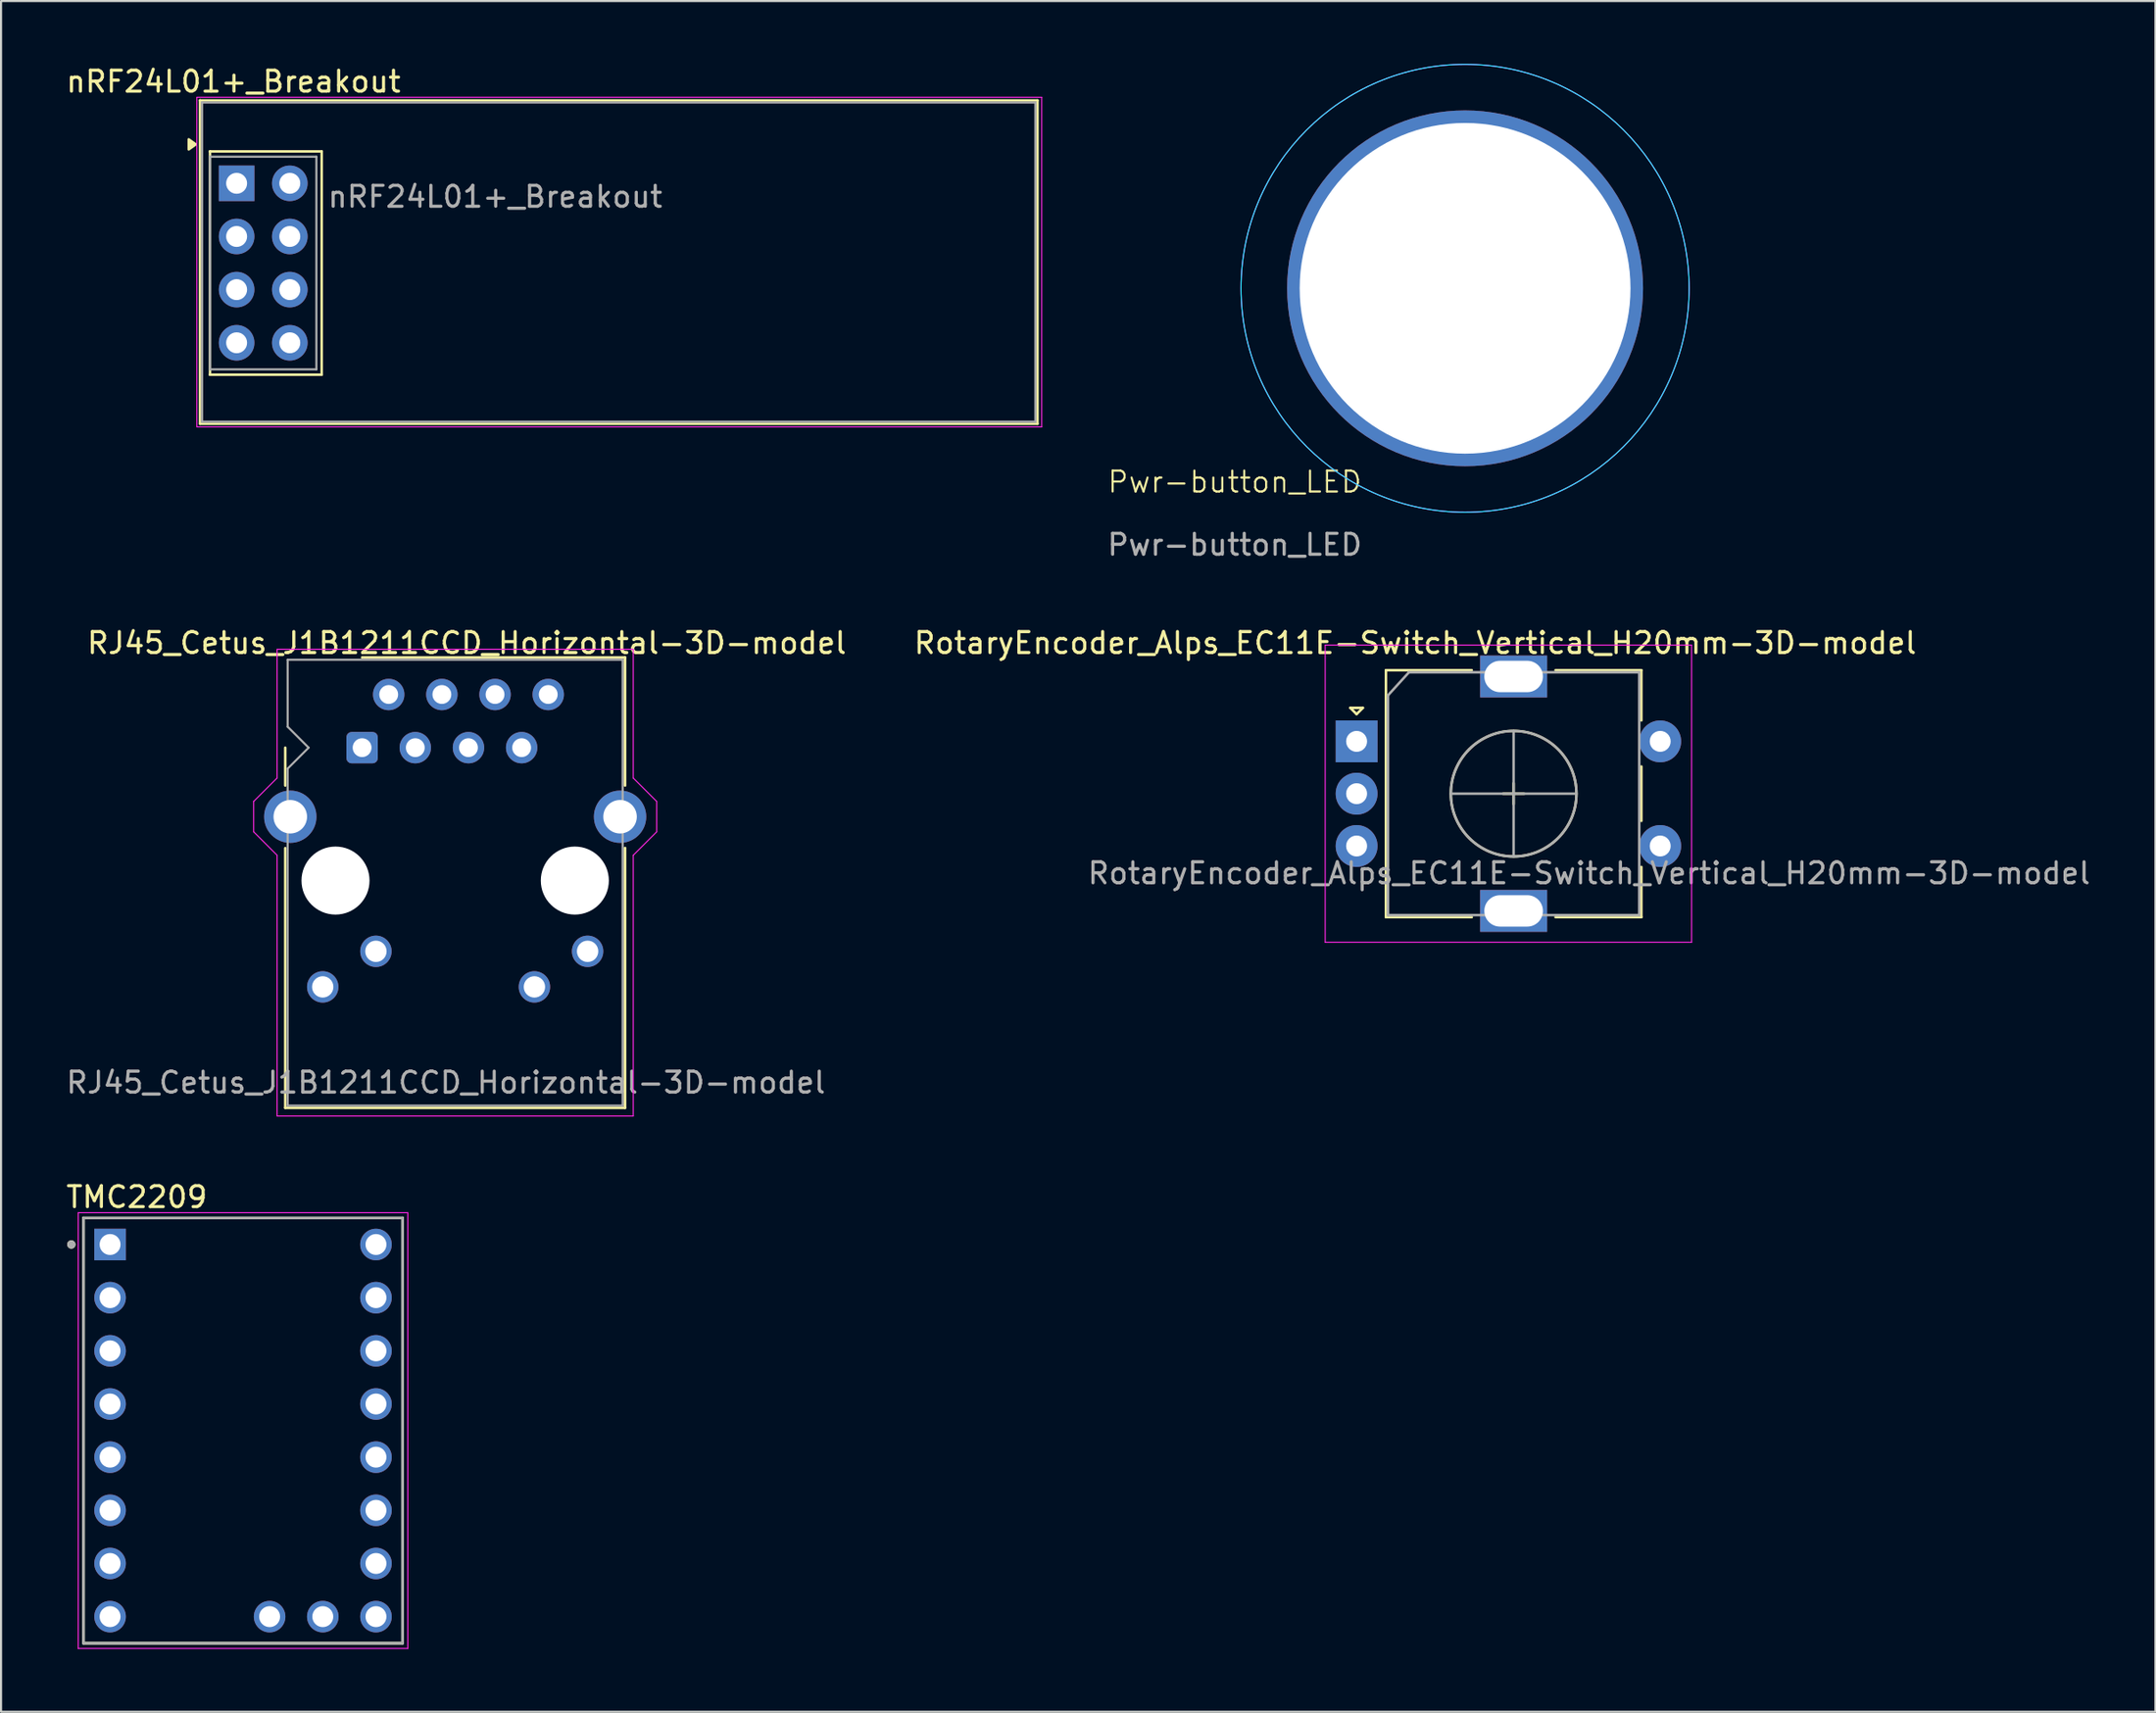
<source format=kicad_pcb>
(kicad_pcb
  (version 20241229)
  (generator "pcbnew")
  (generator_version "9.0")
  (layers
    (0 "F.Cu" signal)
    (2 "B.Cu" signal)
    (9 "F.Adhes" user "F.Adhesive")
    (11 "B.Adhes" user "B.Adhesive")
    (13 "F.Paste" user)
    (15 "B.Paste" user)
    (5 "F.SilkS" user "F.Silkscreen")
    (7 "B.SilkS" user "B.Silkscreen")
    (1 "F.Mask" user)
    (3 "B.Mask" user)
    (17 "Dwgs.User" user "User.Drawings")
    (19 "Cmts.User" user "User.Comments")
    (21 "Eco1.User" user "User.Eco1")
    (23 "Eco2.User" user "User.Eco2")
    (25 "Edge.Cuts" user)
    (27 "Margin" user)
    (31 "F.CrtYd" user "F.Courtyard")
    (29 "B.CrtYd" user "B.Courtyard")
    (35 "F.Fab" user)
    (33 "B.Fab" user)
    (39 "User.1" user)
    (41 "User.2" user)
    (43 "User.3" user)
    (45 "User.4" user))
  (footprint "RotaryEncoder_Alps_EC11E-Switch_Vertical_H20mm-3D-model"
    (layer "F.Cu")
    (at 61.742 32.371)
    (property "Reference" "RotaryEncoder_Alps_EC11E-Switch_Vertical_H20mm-3D-model" (at 2.8 -4.7 0) (layer "F.SilkS") (effects (font (size 1 1) (thickness 0.15))))
    (attr through_hole)
    (fp_line (start -0.3 -1.6) (end 0.3 -1.6) (stroke (width 0.12) (type solid)) (layer "F.SilkS"))
    (fp_line (start 0 -1.3) (end -0.3 -1.6) (stroke (width 0.12) (type solid)) (layer "F.SilkS"))
    (fp_line (start 0.3 -1.6) (end 0 -1.3) (stroke (width 0.12) (type solid)) (layer "F.SilkS"))
    (fp_line (start 1.4 -3.4) (end 1.4 8.4) (stroke (width 0.12) (type solid)) (layer "F.SilkS"))
    (fp_line (start 5.5 -3.4) (end 1.4 -3.4) (stroke (width 0.12) (type solid)) (layer "F.SilkS"))
    (fp_line (start 5.5 8.4) (end 1.4 8.4) (stroke (width 0.12) (type solid)) (layer "F.SilkS"))
    (fp_line (start 7 2.5) (end 8 2.5) (stroke (width 0.12) (type solid)) (layer "F.SilkS"))
    (fp_line (start 7.5 2) (end 7.5 3) (stroke (width 0.12) (type solid)) (layer "F.SilkS"))
    (fp_line (start 9.5 -3.4) (end 13.6 -3.4) (stroke (width 0.12) (type solid)) (layer "F.SilkS"))
    (fp_line (start 13.6 -3.4) (end 13.6 -1) (stroke (width 0.12) (type solid)) (layer "F.SilkS"))
    (fp_line (start 13.6 1.2) (end 13.6 3.8) (stroke (width 0.12) (type solid)) (layer "F.SilkS"))
    (fp_line (start 13.6 6) (end 13.6 8.4) (stroke (width 0.12) (type solid)) (layer "F.SilkS"))
    (fp_line (start 13.6 8.4) (end 9.5 8.4) (stroke (width 0.12) (type solid)) (layer "F.SilkS"))
    (fp_circle (center 7.5 2.5) (end 10.5 2.5) (stroke (width 0.12) (type solid)) (fill no) (layer "F.SilkS"))
    (fp_line (start -1.5 -4.6) (end -1.5 9.6) (stroke (width 0.05) (type solid)) (layer "F.CrtYd"))
    (fp_line (start -1.5 -4.6) (end 16 -4.6) (stroke (width 0.05) (type solid)) (layer "F.CrtYd"))
    (fp_line (start 16 9.6) (end -1.5 9.6) (stroke (width 0.05) (type solid)) (layer "F.CrtYd"))
    (fp_line (start 16 9.6) (end 16 -4.6) (stroke (width 0.05) (type solid)) (layer "F.CrtYd"))
    (fp_line (start 1.5 -2.2) (end 2.5 -3.3) (stroke (width 0.12) (type solid)) (layer "F.Fab"))
    (fp_line (start 1.5 8.3) (end 1.5 -2.2) (stroke (width 0.12) (type solid)) (layer "F.Fab"))
    (fp_line (start 2.5 -3.3) (end 13.5 -3.3) (stroke (width 0.12) (type solid)) (layer "F.Fab"))
    (fp_line (start 4.5 2.5) (end 10.5 2.5) (stroke (width 0.12) (type solid)) (layer "F.Fab"))
    (fp_line (start 7.5 -0.5) (end 7.5 5.5) (stroke (width 0.12) (type solid)) (layer "F.Fab"))
    (fp_line (start 13.5 -3.3) (end 13.5 8.3) (stroke (width 0.12) (type solid)) (layer "F.Fab"))
    (fp_line (start 13.5 8.3) (end 1.5 8.3) (stroke (width 0.12) (type solid)) (layer "F.Fab"))
    (fp_circle (center 7.5 2.5) (end 10.5 2.5) (stroke (width 0.12) (type solid)) (fill no) (layer "F.Fab"))
    (fp_text user "${REFERENCE}" (at 11.1 6.3 0) (layer "F.Fab") (effects (font (size 1 1) (thickness 0.15))))
    (pad "A" thru_hole rect (at 0 0) (size 2 2) (drill 1) (layers "*.Cu" "*.Mask"))
    (pad "B" thru_hole circle (at 0 5) (size 2 2) (drill 1) (layers "*.Cu" "*.Mask"))
    (pad "C" thru_hole circle (at 0 2.5) (size 2 2) (drill 1) (layers "*.Cu" "*.Mask"))
    (pad "MP" thru_hole rect (at 7.5 -3.1) (size 3.2 2) (drill oval 2.8 1.5) (layers "*.Cu" "*.Mask"))
    (pad "MP" thru_hole rect (at 7.5 8.1) (size 3.2 2) (drill oval 2.8 1.5) (layers "*.Cu" "*.Mask"))
    (pad "S1" thru_hole circle (at 14.5 5) (size 2 2) (drill 1) (layers "*.Cu" "*.Mask"))
    (pad "S2" thru_hole circle (at 14.5 0) (size 2 2) (drill 1) (layers "*.Cu" "*.Mask")))
  (footprint "TMC2209"
    (layer "F.Cu")
    (at 8.557 65.3)
    (property "Reference" "TMC2209" (at -5.075 -11.155 0) (layer "F.SilkS") (effects (font (size 1 1) (thickness 0.15))))
    (attr through_hole)
    (fp_line (start -7.62 -10.16) (end 7.62 -10.16) (stroke (width 0.127) (type solid)) (layer "F.SilkS"))
    (fp_line (start -7.62 10.16) (end -7.62 -10.16) (stroke (width 0.127) (type solid)) (layer "F.SilkS"))
    (fp_line (start 7.62 -10.16) (end 7.62 10.16) (stroke (width 0.127) (type solid)) (layer "F.SilkS"))
    (fp_line (start 7.62 10.16) (end -7.62 10.16) (stroke (width 0.127) (type solid)) (layer "F.SilkS"))
    (fp_circle (center -8.2 -8.89) (end -8.1 -8.89) (stroke (width 0.2) (type solid)) (fill no) (layer "F.SilkS"))
    (fp_line (start -7.87 -10.41) (end 7.87 -10.41) (stroke (width 0.05) (type solid)) (layer "F.CrtYd"))
    (fp_line (start -7.87 10.41) (end -7.87 -10.41) (stroke (width 0.05) (type solid)) (layer "F.CrtYd"))
    (fp_line (start 7.87 -10.41) (end 7.87 10.41) (stroke (width 0.05) (type solid)) (layer "F.CrtYd"))
    (fp_line (start 7.87 10.41) (end -7.87 10.41) (stroke (width 0.05) (type solid)) (layer "F.CrtYd"))
    (fp_line (start -7.62 -10.16) (end 7.62 -10.16) (stroke (width 0.127) (type solid)) (layer "F.Fab"))
    (fp_line (start -7.62 10.16) (end -7.62 -10.16) (stroke (width 0.127) (type solid)) (layer "F.Fab"))
    (fp_line (start 7.62 -10.16) (end 7.62 10.16) (stroke (width 0.127) (type solid)) (layer "F.Fab"))
    (fp_line (start 7.62 10.16) (end -7.62 10.16) (stroke (width 0.127) (type solid)) (layer "F.Fab"))
    (fp_circle (center -8.2 -8.89) (end -8.1 -8.89) (stroke (width 0.2) (type solid)) (fill no) (layer "F.Fab"))
    (pad "1" thru_hole circle (at 6.35 8.89) (size 1.508 1.508) (drill 1) (layers "*.Cu" "*.Mask"))
    (pad "2" thru_hole circle (at 6.35 6.35) (size 1.508 1.508) (drill 1) (layers "*.Cu" "*.Mask"))
    (pad "3" thru_hole circle (at 6.35 3.81) (size 1.508 1.508) (drill 1) (layers "*.Cu" "*.Mask"))
    (pad "4" thru_hole circle (at 6.35 1.27) (size 1.508 1.508) (drill 1) (layers "*.Cu" "*.Mask"))
    (pad "5" thru_hole circle (at 6.35 -1.27) (size 1.508 1.508) (drill 1) (layers "*.Cu" "*.Mask"))
    (pad "6" thru_hole circle (at 6.35 -3.81) (size 1.508 1.508) (drill 1) (layers "*.Cu" "*.Mask"))
    (pad "7" thru_hole circle (at 6.35 -6.35) (size 1.508 1.508) (drill 1) (layers "*.Cu" "*.Mask"))
    (pad "8" thru_hole circle (at 6.35 -8.89) (size 1.508 1.508) (drill 1) (layers "*.Cu" "*.Mask"))
    (pad "9" thru_hole circle (at -6.35 8.89) (size 1.508 1.508) (drill 1) (layers "*.Cu" "*.Mask"))
    (pad "10" thru_hole circle (at -6.35 6.35) (size 1.508 1.508) (drill 1) (layers "*.Cu" "*.Mask"))
    (pad "11" thru_hole circle (at -6.35 3.81) (size 1.508 1.508) (drill 1) (layers "*.Cu" "*.Mask"))
    (pad "12" thru_hole circle (at -6.35 1.27) (size 1.508 1.508) (drill 1) (layers "*.Cu" "*.Mask"))
    (pad "13" thru_hole circle (at -6.35 -1.27) (size 1.508 1.508) (drill 1) (layers "*.Cu" "*.Mask"))
    (pad "14" thru_hole circle (at -6.35 -3.81) (size 1.508 1.508) (drill 1) (layers "*.Cu" "*.Mask"))
    (pad "15" thru_hole circle (at -6.35 -6.35) (size 1.508 1.508) (drill 1) (layers "*.Cu" "*.Mask"))
    (pad "16" thru_hole rect (at -6.35 -8.89) (size 1.508 1.508) (drill 1) (layers "*.Cu" "*.Mask"))
    (pad "17" thru_hole circle (at 3.81 8.89) (size 1.508 1.508) (drill 1) (layers "*.Cu" "*.Mask"))
    (pad "18" thru_hole circle (at 1.27 8.89) (size 1.508 1.508) (drill 1) (layers "*.Cu" "*.Mask")))
  (footprint "Pwr-button_LED"
    (layer "F.Cu")
    (at 66.923 10.725)
    (property "Reference" "Pwr-button_LED" (at -11 9.25 0) (unlocked yes) (layer "F.SilkS") (effects (font (size 1 1) (thickness 0.1))))
    (attr through_hole)
    (fp_circle (center 0 0) (end 10.7 0) (stroke (width 0.05) (type default)) (fill no) (layer "B.CrtYd"))
    (fp_circle (center 0 0) (end 10.7 0) (stroke (width 0.05) (type default)) (fill no) (layer "F.CrtYd"))
    (fp_text user "${REFERENCE}" (at -11 12.25 0) (unlocked yes) (layer "F.Fab") (effects (font (size 1 1) (thickness 0.15))))
    (pad "1" thru_hole circle (at 0 0) (size 17 17) (drill 15.8) (layers "*.Cu" "*.Mask")))
  (footprint "RJ45_Cetus_J1B1211CCD_Horizontal-3D-model"
    (layer "F.Cu")
    (at 14.244 32.672)
    (property "Reference" "RJ45_Cetus_J1B1211CCD_Horizontal-3D-model" (at 5 -5 0) (layer "F.SilkS") (effects (font (size 1 1) (thickness 0.15))))
    (attr through_hole)
    (fp_line (start -3.67 0) (end -3.67 1.81) (stroke (width 0.12) (type solid)) (layer "F.SilkS"))
    (fp_line (start -3.67 4.8) (end -3.67 17.21) (stroke (width 0.12) (type solid)) (layer "F.SilkS"))
    (fp_line (start 0 -4.31) (end 12.56 -4.31) (stroke (width 0.12) (type solid)) (layer "F.SilkS"))
    (fp_line (start 12.56 -4.31) (end 12.56 1.81) (stroke (width 0.12) (type solid)) (layer "F.SilkS"))
    (fp_line (start 12.56 4.79) (end 12.56 17.21) (stroke (width 0.12) (type solid)) (layer "F.SilkS"))
    (fp_line (start 12.56 17.21) (end -3.67 17.21) (stroke (width 0.12) (type solid)) (layer "F.SilkS"))
    (fp_line (start -5.18 4.02) (end -5.18 2.57) (stroke (width 0.05) (type solid)) (layer "F.CrtYd"))
    (fp_line (start -5.18 4.02) (end -4.06 5.14) (stroke (width 0.05) (type solid)) (layer "F.CrtYd"))
    (fp_line (start -4.06 -4.7) (end 12.95 -4.7) (stroke (width 0.05) (type solid)) (layer "F.CrtYd"))
    (fp_line (start -4.06 1.45) (end -5.18 2.57) (stroke (width 0.05) (type solid)) (layer "F.CrtYd"))
    (fp_line (start -4.06 1.45) (end -4.06 -4.7) (stroke (width 0.05) (type solid)) (layer "F.CrtYd"))
    (fp_line (start -4.06 5.14) (end -4.06 17.6) (stroke (width 0.05) (type solid)) (layer "F.CrtYd"))
    (fp_line (start -4.06 17.6) (end 12.95 17.6) (stroke (width 0.05) (type solid)) (layer "F.CrtYd"))
    (fp_line (start 12.95 1.45) (end 12.95 -4.7) (stroke (width 0.05) (type solid)) (layer "F.CrtYd"))
    (fp_line (start 12.95 1.45) (end 14.07 2.57) (stroke (width 0.05) (type solid)) (layer "F.CrtYd"))
    (fp_line (start 12.95 5.14) (end 12.95 17.6) (stroke (width 0.05) (type solid)) (layer "F.CrtYd"))
    (fp_line (start 14.07 4.02) (end 12.95 5.14) (stroke (width 0.05) (type solid)) (layer "F.CrtYd"))
    (fp_line (start 14.07 4.02) (end 14.07 2.57) (stroke (width 0.05) (type solid)) (layer "F.CrtYd"))
    (fp_line (start -3.555 -4.2) (end -3.555 -1) (stroke (width 0.1) (type solid)) (layer "F.Fab"))
    (fp_line (start -3.555 -4.2) (end 12.445 -4.2) (stroke (width 0.1) (type solid)) (layer "F.Fab"))
    (fp_line (start -3.555 1) (end -3.555 17.1) (stroke (width 0.1) (type solid)) (layer "F.Fab"))
    (fp_line (start -3.555 17.1) (end 12.445 17.1) (stroke (width 0.1) (type solid)) (layer "F.Fab"))
    (fp_line (start -2.555 0) (end -3.555 -1) (stroke (width 0.1) (type solid)) (layer "F.Fab"))
    (fp_line (start -2.555 0) (end -3.555 1) (stroke (width 0.1) (type solid)) (layer "F.Fab"))
    (fp_line (start 12.445 -4.2) (end 12.445 17.1) (stroke (width 0.1) (type solid)) (layer "F.Fab"))
    (fp_text user "${REFERENCE}" (at 4 16 0) (layer "F.Fab") (effects (font (size 1 1) (thickness 0.15))))
    (pad "" np_thru_hole circle (at -1.27 6.35) (size 3.25 3.25) (drill 3.25) (layers "*.Cu" "*.Mask"))
    (pad "" np_thru_hole circle (at 10.16 6.35) (size 3.25 3.25) (drill 3.25) (layers "*.Cu" "*.Mask"))
    (pad "1" thru_hole roundrect (at 0 0) (size 1.5 1.5) (drill 0.9) (layers "*.Cu" "*.Mask") (roundrect_rratio 0.167))
    (pad "2" thru_hole circle (at 1.27 -2.54) (size 1.5 1.5) (drill 0.9) (layers "*.Cu" "*.Mask"))
    (pad "3" thru_hole circle (at 2.54 0) (size 1.5 1.5) (drill 0.9) (layers "*.Cu" "*.Mask"))
    (pad "4" thru_hole circle (at 3.81 -2.54) (size 1.5 1.5) (drill 0.9) (layers "*.Cu" "*.Mask"))
    (pad "5" thru_hole circle (at 5.08 0) (size 1.5 1.5) (drill 0.9) (layers "*.Cu" "*.Mask"))
    (pad "6" thru_hole circle (at 6.35 -2.54) (size 1.5 1.5) (drill 0.9) (layers "*.Cu" "*.Mask"))
    (pad "7" thru_hole circle (at 7.62 0) (size 1.5 1.5) (drill 0.9) (layers "*.Cu" "*.Mask"))
    (pad "8" thru_hole circle (at 8.89 -2.54) (size 1.5 1.5) (drill 0.9) (layers "*.Cu" "*.Mask"))
    (pad "9" thru_hole circle (at -1.88 11.43) (size 1.5 1.5) (drill 1.02) (layers "*.Cu" "*.Mask"))
    (pad "10" thru_hole circle (at 0.66 9.73) (size 1.5 1.5) (drill 1.02) (layers "*.Cu" "*.Mask"))
    (pad "11" thru_hole circle (at 8.23 11.43) (size 1.5 1.5) (drill 1.02) (layers "*.Cu" "*.Mask"))
    (pad "12" thru_hole circle (at 10.77 9.73) (size 1.5 1.5) (drill 1.02) (layers "*.Cu" "*.Mask"))
    (pad "13" thru_hole circle (at -3.43 3.3) (size 2.5 2.5) (drill 1.6) (layers "*.Cu" "*.Mask"))
    (pad "13" thru_hole circle (at 12.32 3.3) (size 2.5 2.5) (drill 1.6) (layers "*.Cu" "*.Mask")))
  (footprint "nRF24L01+_Breakout"
    (layer "F.Cu")
    (at 6.501 1.748)
    (property "Reference" "nRF24L01+_Breakout" (at 1.6 -0.9 0) (layer "F.SilkS") (effects (font (size 1 1) (thickness 0.15))))
    (attr through_hole)
    (fp_line (start 0 0) (end 0 0) (stroke (width 0.12) (type solid)) (layer "F.SilkS"))
    (fp_line (start 0 0) (end 40 0) (stroke (width 0.12) (type solid)) (layer "F.SilkS"))
    (fp_line (start 0 15.45) (end 0 0) (stroke (width 0.12) (type solid)) (layer "F.SilkS"))
    (fp_line (start 0.48 2.436) (end 0.48 2.436) (stroke (width 0.12) (type solid)) (layer "F.SilkS"))
    (fp_line (start 0.48 2.436) (end 5.814 2.436) (stroke (width 0.12) (type solid)) (layer "F.SilkS"))
    (fp_line (start 0.48 13.104) (end 0.48 2.436) (stroke (width 0.12) (type solid)) (layer "F.SilkS"))
    (fp_line (start 0.48 13.104) (end 0.48 13.104) (stroke (width 0.12) (type solid)) (layer "F.SilkS"))
    (fp_line (start 5.814 2.436) (end 5.814 13.104) (stroke (width 0.12) (type solid)) (layer "F.SilkS"))
    (fp_line (start 5.814 13.104) (end 0.48 13.104) (stroke (width 0.12) (type solid)) (layer "F.SilkS"))
    (fp_line (start 40 0) (end 40 15.45) (stroke (width 0.12) (type solid)) (layer "F.SilkS"))
    (fp_line (start 40 15.45) (end 0 15.45) (stroke (width 0.12) (type solid)) (layer "F.SilkS"))
    (fp_poly (pts (xy -0.2 2.1) (xy -0.536 2.34) (xy -0.536 1.86) (xy -0.2 2.1)) (stroke (width 0.12) (type solid)) (fill yes) (layer "F.SilkS"))
    (fp_line (start -0.15 -0.15) (end -0.15 15.6) (stroke (width 0.05) (type solid)) (layer "F.CrtYd"))
    (fp_line (start -0.15 15.6) (end 40.2 15.6) (stroke (width 0.05) (type solid)) (layer "F.CrtYd"))
    (fp_line (start 29.35 -0.15) (end 29.35 -0.15) (stroke (width 0.05) (type solid)) (layer "F.CrtYd"))
    (fp_line (start 40.2 -0.15) (end -0.15 -0.15) (stroke (width 0.05) (type solid)) (layer "F.CrtYd"))
    (fp_line (start 40.2 15.6) (end 40.2 -0.15) (stroke (width 0.05) (type solid)) (layer "F.CrtYd"))
    (fp_line (start 0.1 0.1) (end 0.1 0.1) (stroke (width 0.1) (type solid)) (layer "F.Fab"))
    (fp_line (start 0.1 0.1) (end 39.9 0.1) (stroke (width 0.1) (type solid)) (layer "F.Fab"))
    (fp_line (start 0.1 15.35) (end 0.1 0.1) (stroke (width 0.1) (type solid)) (layer "F.Fab"))
    (fp_line (start 0.48 2.69) (end 0.48 2.69) (stroke (width 0.1) (type solid)) (layer "F.Fab"))
    (fp_line (start 0.48 2.69) (end 5.56 2.69) (stroke (width 0.1) (type solid)) (layer "F.Fab"))
    (fp_line (start 0.48 12.85) (end 0.48 2.69) (stroke (width 0.1) (type solid)) (layer "F.Fab"))
    (fp_line (start 5.56 2.69) (end 5.56 12.85) (stroke (width 0.1) (type solid)) (layer "F.Fab"))
    (fp_line (start 5.56 12.85) (end 0.48 12.85) (stroke (width 0.1) (type solid)) (layer "F.Fab"))
    (fp_line (start 39.9 0.1) (end 39.9 15.35) (stroke (width 0.1) (type solid)) (layer "F.Fab"))
    (fp_line (start 39.9 15.35) (end 0.1 15.35) (stroke (width 0.1) (type solid)) (layer "F.Fab"))
    (fp_text user "${REFERENCE}" (at 14.1 4.6 0) (layer "F.Fab") (effects (font (size 1 1) (thickness 0.15))))
    (pad "1" thru_hole rect (at 1.75 3.96) (size 1.7 1.7) (drill 1) (layers "*.Cu" "*.Mask"))
    (pad "2" thru_hole circle (at 4.29 3.96) (size 1.7 1.7) (drill 1) (layers "*.Cu" "*.Mask"))
    (pad "3" thru_hole circle (at 1.75 6.5) (size 1.7 1.7) (drill 1) (layers "*.Cu" "*.Mask"))
    (pad "4" thru_hole circle (at 4.29 6.5) (size 1.7 1.7) (drill 1) (layers "*.Cu" "*.Mask"))
    (pad "5" thru_hole circle (at 1.75 9.04) (size 1.7 1.7) (drill 1) (layers "*.Cu" "*.Mask"))
    (pad "6" thru_hole circle (at 4.29 9.04) (size 1.7 1.7) (drill 1) (layers "*.Cu" "*.Mask"))
    (pad "7" thru_hole circle (at 1.75 11.58) (size 1.7 1.7) (drill 1) (layers "*.Cu" "*.Mask"))
    (pad "8" thru_hole circle (at 4.29 11.58) (size 1.7 1.7) (drill 1) (layers "*.Cu" "*.Mask")))
  (gr_rect
    (start -3 -3)
    (end 99.895 78.735)
    (stroke (width 0.1) (type default))
    (fill no)
    (layer "Edge.Cuts")))
</source>
